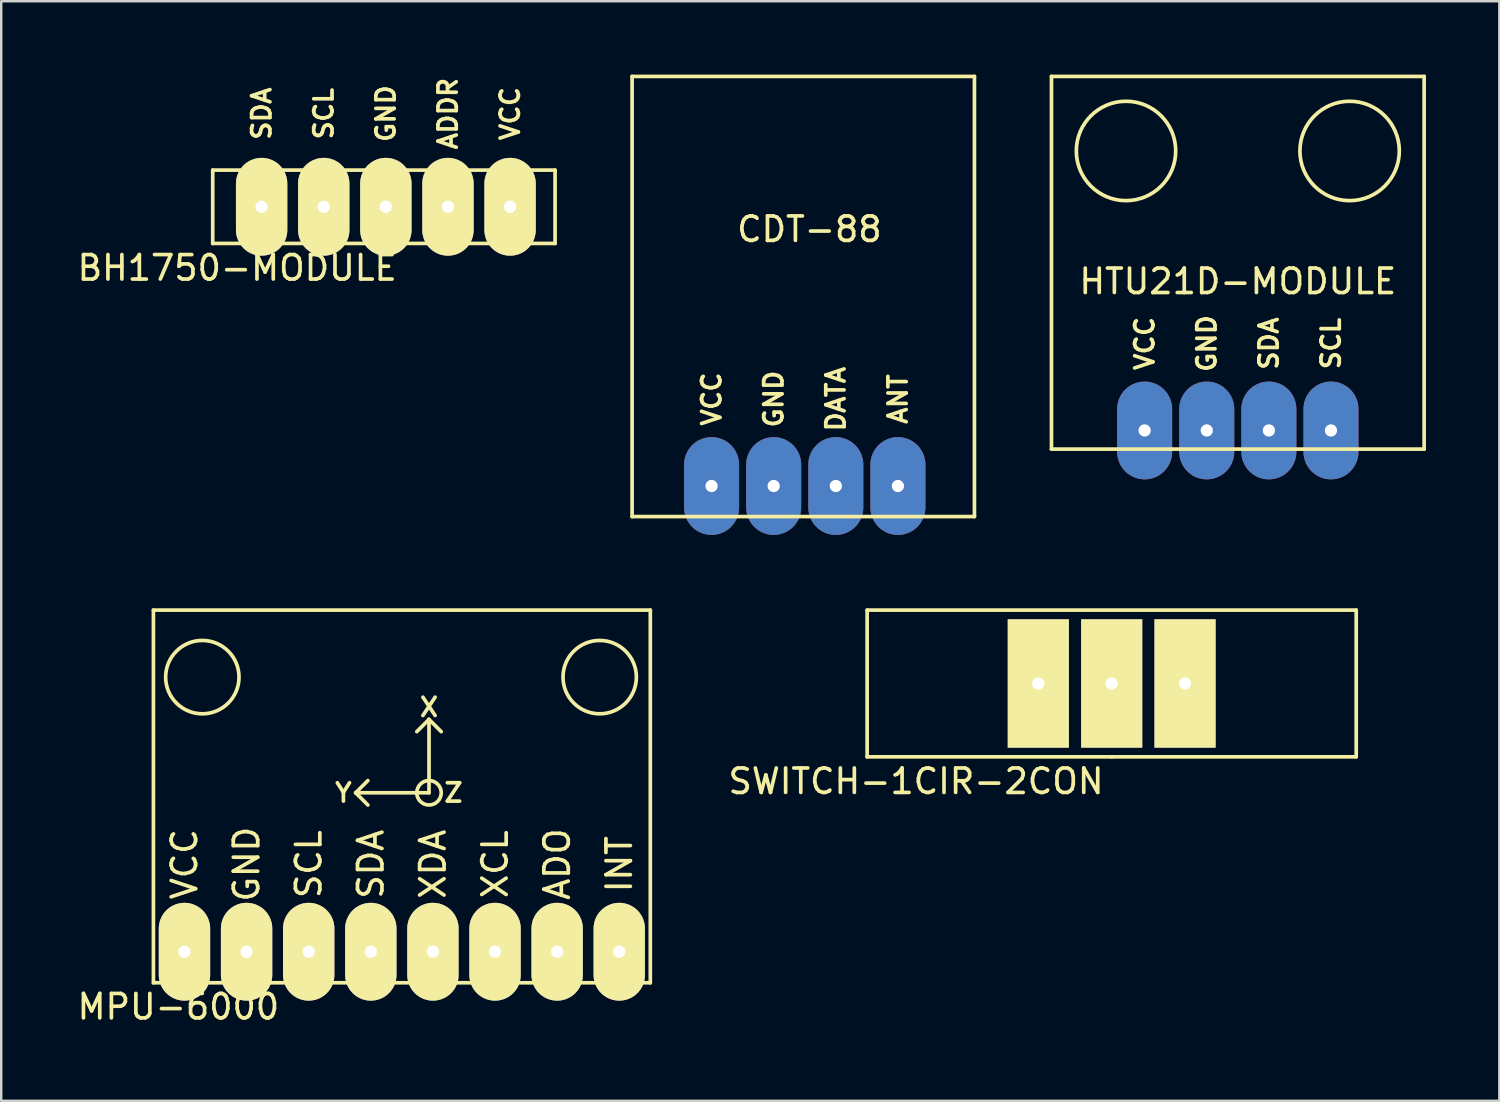
<source format=kicad_pcb>
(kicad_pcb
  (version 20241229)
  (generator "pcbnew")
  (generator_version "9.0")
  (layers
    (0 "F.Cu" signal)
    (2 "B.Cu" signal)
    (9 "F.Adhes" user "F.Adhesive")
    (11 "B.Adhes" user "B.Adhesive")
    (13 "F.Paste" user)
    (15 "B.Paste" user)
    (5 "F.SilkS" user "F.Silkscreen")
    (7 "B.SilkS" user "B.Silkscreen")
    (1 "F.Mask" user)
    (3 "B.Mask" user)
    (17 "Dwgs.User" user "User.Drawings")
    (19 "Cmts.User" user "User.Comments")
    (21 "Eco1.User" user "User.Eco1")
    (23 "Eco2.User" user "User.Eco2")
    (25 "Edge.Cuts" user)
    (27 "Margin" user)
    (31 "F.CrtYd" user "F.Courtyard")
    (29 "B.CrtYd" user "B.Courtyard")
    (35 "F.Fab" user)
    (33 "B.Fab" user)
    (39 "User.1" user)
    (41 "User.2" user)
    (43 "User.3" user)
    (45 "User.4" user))
  (footprint "BH1750-MODULE"
    (layer "F.Cu")
    (at 7.649 5.406)
    (property "Reference" "BH1750-MODULE" (at -1 2.5 0) (layer "F.SilkS") (effects (font (size 1 1) (thickness 0.15))))
    (attr through_hole)
    (fp_line (start -2 -1.5) (end -2 1.5) (stroke (width 0.15) (type solid)) (layer "F.SilkS"))
    (fp_line (start -2 1.5) (end 12 1.5) (stroke (width 0.15) (type solid)) (layer "F.SilkS"))
    (fp_line (start 12 -1.5) (end -2 -1.5) (stroke (width 0.15) (type solid)) (layer "F.SilkS"))
    (fp_line (start 12 1.5) (end 12 -1.5) (stroke (width 0.15) (type solid)) (layer "F.SilkS"))
    (fp_text user "ADDR" (at 7.62 -3.81 90) (layer "F.SilkS") (effects (font (size 0.75 0.75) (thickness 0.15))))
    (fp_text user "GND" (at 5.08 -3.81 90) (layer "F.SilkS") (effects (font (size 0.75 0.75) (thickness 0.15))))
    (fp_text user "VCC" (at 10.16 -3.81 90) (layer "F.SilkS") (effects (font (size 0.75 0.75) (thickness 0.15))))
    (fp_text user "SDA" (at 0 -3.81 90) (layer "F.SilkS") (effects (font (size 0.75 0.75) (thickness 0.15))))
    (fp_text user "SCL" (at 2.54 -3.81 90) (layer "F.SilkS") (effects (font (size 0.75 0.75) (thickness 0.15))))
    (pad "1" thru_hole oval (at 0 0) (size 2.1 4) (drill 0.5) (layers "B.Cu" "B.Mask" "F.SilkS"))
    (pad "2" thru_hole oval (at 2.54 0) (size 2.1 4) (drill 0.5) (layers "B.Cu" "B.Mask" "F.SilkS"))
    (pad "3" thru_hole oval (at 5.08 0) (size 2.1 4) (drill 0.5) (layers "B.Cu" "B.Mask" "F.SilkS"))
    (pad "4" thru_hole oval (at 7.62 0) (size 2.1 4) (drill 0.5) (layers "B.Cu" "B.Mask" "F.SilkS"))
    (pad "5" thru_hole oval (at 10.16 0) (size 2.1 4) (drill 0.5) (layers "B.Cu" "B.Mask" "F.SilkS")))
  (footprint "CDT-88"
    (layer "F.Cu")
    (at 26.049 16.825)
    (property "Reference" "CDT-88" (at 4 -10.5 0) (layer "F.SilkS") (effects (font (size 1 1) (thickness 0.15))))
    (attr through_hole)
    (fp_line (start -3.25 -16.75) (end -3.25 1.25) (stroke (width 0.15) (type solid)) (layer "F.SilkS"))
    (fp_line (start -3.25 1.25) (end 10.75 1.25) (stroke (width 0.15) (type solid)) (layer "F.SilkS"))
    (fp_line (start 10.75 -16.75) (end -3.25 -16.75) (stroke (width 0.15) (type solid)) (layer "F.SilkS"))
    (fp_line (start 10.75 1.25) (end 10.75 -16.75) (stroke (width 0.15) (type solid)) (layer "F.SilkS"))
    (fp_text user "GND" (at 2.54 -3.556 90) (layer "F.SilkS") (effects (font (size 0.75 0.75) (thickness 0.15))))
    (fp_text user "ANT" (at 7.62 -3.556 90) (layer "F.SilkS") (effects (font (size 0.75 0.75) (thickness 0.15))))
    (fp_text user "VCC" (at 0 -3.556 90) (layer "F.SilkS") (effects (font (size 0.75 0.75) (thickness 0.15))))
    (fp_text user "DATA" (at 5.08 -3.556 90) (layer "F.SilkS") (effects (font (size 0.75 0.75) (thickness 0.15))))
    (pad "1" thru_hole oval (at 0 0) (size 2.25 4) (drill 0.5) (layers "B.Cu" "B.Mask"))
    (pad "2" thru_hole oval (at 2.54 0) (size 2.25 4) (drill 0.5) (layers "B.Cu" "B.Mask"))
    (pad "3" thru_hole oval (at 5.08 0) (size 2.25 4) (drill 0.5) (layers "B.Cu" "B.Mask"))
    (pad "4" thru_hole oval (at 7.62 0) (size 2.25 4) (drill 0.5) (layers "B.Cu" "B.Mask")))
  (footprint "MPU-6000"
    (layer "F.Cu")
    (at 4.494 35.87)
    (property "Reference" "MPU-6000" (at -0.25 2.25 0) (layer "F.SilkS") (effects (font (size 1 1) (thickness 0.15))))
    (attr through_hole)
    (fp_line (start -1.27 -13.97) (end -1.27 1.27) (stroke (width 0.15) (type solid)) (layer "F.SilkS"))
    (fp_line (start -1.27 1.27) (end 19.05 1.27) (stroke (width 0.15) (type solid)) (layer "F.SilkS"))
    (fp_line (start 7 -6.5) (end 7.5 -7) (stroke (width 0.15) (type solid)) (layer "F.SilkS"))
    (fp_line (start 7 -6.5) (end 7.5 -6) (stroke (width 0.15) (type solid)) (layer "F.SilkS"))
    (fp_line (start 10 -9.5) (end 9.5 -9) (stroke (width 0.15) (type solid)) (layer "F.SilkS"))
    (fp_line (start 10 -9.5) (end 10.5 -9) (stroke (width 0.15) (type solid)) (layer "F.SilkS"))
    (fp_line (start 10 -6.5) (end 7 -6.5) (stroke (width 0.15) (type solid)) (layer "F.SilkS"))
    (fp_line (start 10 -6.5) (end 10 -9.5) (stroke (width 0.15) (type solid)) (layer "F.SilkS"))
    (fp_line (start 19.05 -13.97) (end -1.27 -13.97) (stroke (width 0.15) (type solid)) (layer "F.SilkS"))
    (fp_line (start 19.05 1.27) (end 19.05 -13.97) (stroke (width 0.15) (type solid)) (layer "F.SilkS"))
    (fp_circle (center 0.73 -11.23) (end 0.73 -12.73) (stroke (width 0.15) (type solid)) (fill no) (layer "F.SilkS"))
    (fp_circle (center 10 -6.5) (end 9.5 -6.5) (stroke (width 0.15) (type solid)) (fill no) (layer "F.SilkS"))
    (fp_circle (center 16.98 -11.23) (end 16.98 -12.73) (stroke (width 0.15) (type solid)) (fill no) (layer "F.SilkS"))
    (fp_text user "SCL" (at 5.08 -3.58 90) (layer "F.SilkS") (effects (font (size 1 1) (thickness 0.15))))
    (fp_text user "XDA" (at 10.16 -3.58 90) (layer "F.SilkS") (effects (font (size 1 1) (thickness 0.15))))
    (fp_text user "XCL" (at 12.7 -3.58 90) (layer "F.SilkS") (effects (font (size 1 1) (thickness 0.15))))
    (fp_text user "Y" (at 6.5 -6.5 0) (layer "F.SilkS") (effects (font (size 0.75 0.75) (thickness 0.15))))
    (fp_text user "ADO" (at 15.24 -3.58 90) (layer "F.SilkS") (effects (font (size 1 1) (thickness 0.15))))
    (fp_text user "INT" (at 17.78 -3.58 90) (layer "F.SilkS") (effects (font (size 1 1) (thickness 0.15))))
    (fp_text user "X" (at 10 -10 0) (layer "F.SilkS") (effects (font (size 0.75 0.75) (thickness 0.15))))
    (fp_text user "Z" (at 11 -6.5 0) (layer "F.SilkS") (effects (font (size 0.75 0.75) (thickness 0.15))))
    (fp_text user "GND" (at 2.54 -3.58 90) (layer "F.SilkS") (effects (font (size 1 1) (thickness 0.15))))
    (fp_text user "SDA" (at 7.62 -3.58 90) (layer "F.SilkS") (effects (font (size 1 1) (thickness 0.15))))
    (fp_text user "VCC" (at 0 -3.58 90) (layer "F.SilkS") (effects (font (size 1 1) (thickness 0.15))))
    (pad "1" thru_hole oval (at 0 0) (size 2.1 4) (drill 0.5) (layers "B.Cu" "B.Mask" "F.SilkS"))
    (pad "2" thru_hole oval (at 2.54 0) (size 2.1 4) (drill 0.5) (layers "B.Cu" "B.Mask" "F.SilkS"))
    (pad "3" thru_hole oval (at 5.08 0) (size 2.1 4) (drill 0.5) (layers "B.Cu" "B.Mask" "F.SilkS"))
    (pad "4" thru_hole oval (at 7.62 0) (size 2.1 4) (drill 0.5) (layers "B.Cu" "B.Mask" "F.SilkS"))
    (pad "5" thru_hole oval (at 10.16 0) (size 2.1 4) (drill 0.5) (layers "B.Cu" "B.Mask" "F.SilkS"))
    (pad "6" thru_hole oval (at 12.7 0) (size 2.1 4) (drill 0.5) (layers "B.Cu" "B.Mask" "F.SilkS"))
    (pad "7" thru_hole oval (at 15.24 0) (size 2.1 4) (drill 0.5) (layers "B.Cu" "B.Mask" "F.SilkS"))
    (pad "8" thru_hole oval (at 17.78 0) (size 2.1 4) (drill 0.5) (layers "B.Cu" "B.Mask" "F.SilkS")))
  (footprint "SWITCH-1CIR-2CON"
    (layer "F.Cu")
    (at 39.411 24.9)
    (property "Reference" "SWITCH-1CIR-2CON" (at -5 4 0) (layer "F.SilkS") (effects (font (size 1 1) (thickness 0.15))))
    (attr through_hole)
    (fp_line (start -7 -3) (end 13 -3) (stroke (width 0.15) (type solid)) (layer "F.SilkS"))
    (fp_line (start -7 3) (end -7 -3) (stroke (width 0.15) (type solid)) (layer "F.SilkS"))
    (fp_line (start 3 3) (end -7 3) (stroke (width 0.15) (type solid)) (layer "F.SilkS"))
    (fp_line (start 13 -3) (end 13 3) (stroke (width 0.15) (type solid)) (layer "F.SilkS"))
    (fp_line (start 13 3) (end 3 3) (stroke (width 0.15) (type solid)) (layer "F.SilkS"))
    (pad "1" thru_hole rect (at 0 0) (size 2.5 5.25) (drill 0.5) (layers "B.Cu" "B.Mask" "F.SilkS"))
    (pad "2" thru_hole rect (at 3 0) (size 2.5 5.25) (drill 0.5) (layers "B.Cu" "B.Mask" "F.SilkS"))
    (pad "3" thru_hole rect (at 6 0) (size 2.5 5.25) (drill 0.5) (layers "B.Cu" "B.Mask" "F.SilkS")))
  (footprint "HTU21D-MODULE"
    (layer "F.Cu")
    (at 43.759 14.553)
    (property "Reference" "HTU21D-MODULE" (at 3.81 -6.096 0) (layer "F.SilkS") (effects (font (size 1 1) (thickness 0.15))))
    (attr through_hole)
    (fp_line (start -3.81 -14.478) (end 11.43 -14.478) (stroke (width 0.15) (type solid)) (layer "F.SilkS"))
    (fp_line (start -3.81 0.762) (end -3.81 -14.478) (stroke (width 0.15) (type solid)) (layer "F.SilkS"))
    (fp_line (start 11.43 -14.478) (end 11.43 0.762) (stroke (width 0.15) (type solid)) (layer "F.SilkS"))
    (fp_line (start 11.43 0.762) (end -3.81 0.762) (stroke (width 0.15) (type solid)) (layer "F.SilkS"))
    (fp_circle (center -0.762 -11.43) (end -0.762 -13.462) (stroke (width 0.15) (type solid)) (fill no) (layer "F.SilkS"))
    (fp_circle (center 8.382 -11.43) (end 8.382 -13.462) (stroke (width 0.15) (type solid)) (fill no) (layer "F.SilkS"))
    (fp_text user "VCC" (at 0 -3.556 90) (layer "F.SilkS") (effects (font (size 0.75 0.75) (thickness 0.15))))
    (fp_text user "GND" (at 2.54 -3.556 90) (layer "F.SilkS") (effects (font (size 0.75 0.75) (thickness 0.15))))
    (fp_text user "SCL" (at 7.62 -3.556 90) (layer "F.SilkS") (effects (font (size 0.75 0.75) (thickness 0.15))))
    (fp_text user "SDA" (at 5.08 -3.556 90) (layer "F.SilkS") (effects (font (size 0.75 0.75) (thickness 0.15))))
    (pad "1" thru_hole oval (at 0 0) (size 2.25 4) (drill 0.5) (layers "B.Cu" "B.Mask"))
    (pad "2" thru_hole oval (at 2.54 0) (size 2.25 4) (drill 0.5) (layers "B.Cu" "B.Mask"))
    (pad "3" thru_hole oval (at 5.08 0) (size 2.25 4) (drill 0.5) (layers "B.Cu" "B.Mask"))
    (pad "4" thru_hole oval (at 7.62 0) (size 2.25 4) (drill 0.5) (layers "B.Cu" "B.Mask")))
  (gr_rect
    (start -3 -3)
    (end 58.264 41.968)
    (stroke (width 0.1) (type default))
    (fill no)
    (layer "Edge.Cuts")))
</source>
